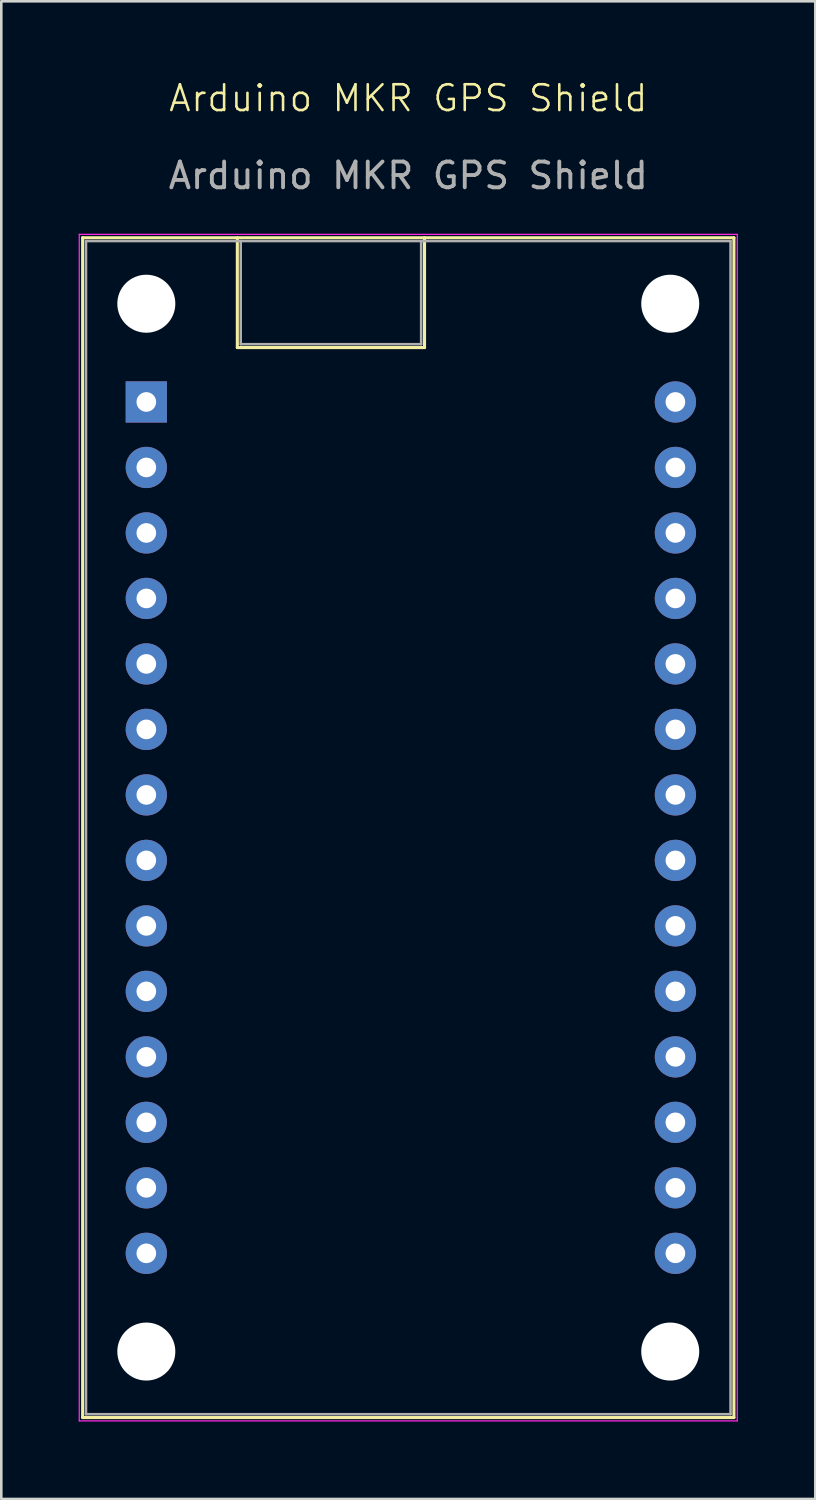
<source format=kicad_pcb>
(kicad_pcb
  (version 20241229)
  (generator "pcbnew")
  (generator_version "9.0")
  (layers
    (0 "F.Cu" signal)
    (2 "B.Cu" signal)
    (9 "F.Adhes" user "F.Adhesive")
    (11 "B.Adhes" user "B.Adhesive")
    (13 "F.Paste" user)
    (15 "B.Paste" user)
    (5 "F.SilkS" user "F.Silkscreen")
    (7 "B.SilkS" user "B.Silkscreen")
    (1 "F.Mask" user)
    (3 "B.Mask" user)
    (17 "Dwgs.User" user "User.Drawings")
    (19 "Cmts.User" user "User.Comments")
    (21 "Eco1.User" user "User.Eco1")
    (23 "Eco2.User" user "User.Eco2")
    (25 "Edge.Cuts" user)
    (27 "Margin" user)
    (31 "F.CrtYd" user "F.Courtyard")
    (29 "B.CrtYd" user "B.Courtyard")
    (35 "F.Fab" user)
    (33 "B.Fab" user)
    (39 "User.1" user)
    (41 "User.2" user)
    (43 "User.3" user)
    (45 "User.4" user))
  (footprint "Arduino MKR GPS Shield"
    (layer "F.Cu")
    (at 2.625 12.54)
    (property "Reference" "Arduino MKR GPS Shield" (at 10.16 -11.78 0) (unlocked yes) (layer "F.SilkS") (effects (font (size 1 1) (thickness 0.1))))
    (attr through_hole)
    (fp_line (start -2.47 -6.37) (end -2.47 39.39) (stroke (width 0.12) (type default)) (layer "F.SilkS"))
    (fp_line (start -2.47 -6.37) (end 22.79 -6.37) (stroke (width 0.12) (type default)) (layer "F.SilkS"))
    (fp_line (start 3.53 -2.11) (end 3.53 -6.37) (stroke (width 0.12) (type default)) (layer "F.SilkS"))
    (fp_line (start 10.79 -6.37) (end 10.79 -2.11) (stroke (width 0.12) (type default)) (layer "F.SilkS"))
    (fp_line (start 10.79 -2.11) (end 3.53 -2.11) (stroke (width 0.12) (type default)) (layer "F.SilkS"))
    (fp_line (start 22.79 -6.37) (end 22.79 39.39) (stroke (width 0.12) (type default)) (layer "F.SilkS"))
    (fp_line (start 22.79 39.39) (end -2.47 39.39) (stroke (width 0.12) (type default)) (layer "F.SilkS"))
    (fp_line (start -2.6 -6.5) (end -2.6 39.52) (stroke (width 0.05) (type default)) (layer "F.CrtYd"))
    (fp_line (start -2.6 39.52) (end 22.92 39.52) (stroke (width 0.05) (type default)) (layer "F.CrtYd"))
    (fp_line (start 22.92 -6.5) (end -2.6 -6.5) (stroke (width 0.05) (type default)) (layer "F.CrtYd"))
    (fp_line (start 22.92 39.52) (end 22.92 -6.5) (stroke (width 0.05) (type default)) (layer "F.CrtYd"))
    (fp_line (start -2.34 -6.24) (end -2.34 39.26) (stroke (width 0.1) (type default)) (layer "F.Fab"))
    (fp_line (start -2.34 -6.24) (end 22.66 -6.24) (stroke (width 0.1) (type default)) (layer "F.Fab"))
    (fp_line (start -2.34 39.26) (end 22.66 39.26) (stroke (width 0.1) (type default)) (layer "F.Fab"))
    (fp_line (start 3.66 -2.24) (end 3.66 -6.24) (stroke (width 0.1) (type default)) (layer "F.Fab"))
    (fp_line (start 10.66 -6.24) (end 10.66 -2.24) (stroke (width 0.1) (type default)) (layer "F.Fab"))
    (fp_line (start 10.66 -2.24) (end 3.66 -2.24) (stroke (width 0.1) (type default)) (layer "F.Fab"))
    (fp_line (start 22.66 -6.24) (end 22.66 39.26) (stroke (width 0.1) (type default)) (layer "F.Fab"))
    (fp_text user "${REFERENCE}" (at 10.16 -8.78 0) (unlocked yes) (layer "F.Fab") (effects (font (size 1 1) (thickness 0.15))))
    (pad "" np_thru_hole circle (at 0 -3.81) (size 2.25 2.25) (drill 2.25) (layers "*.Cu" "*.Mask"))
    (pad "" np_thru_hole circle (at 0 36.83) (size 2.25 2.25) (drill 2.25) (layers "*.Cu" "*.Mask"))
    (pad "" np_thru_hole circle (at 20.32 -3.81) (size 2.25 2.25) (drill 2.25) (layers "*.Cu" "*.Mask"))
    (pad "" np_thru_hole circle (at 20.32 36.83) (size 2.25 2.25) (drill 2.25) (layers "*.Cu" "*.Mask"))
    (pad "0" thru_hole rect (at 0 0) (size 1.6 1.6) (drill 0.762) (layers "*.Cu" "*.Mask"))
    (pad "1" thru_hole circle (at 0 2.54) (size 1.6 1.6) (drill 0.762) (layers "*.Cu" "*.Mask"))
    (pad "2" thru_hole circle (at 0 5.08) (size 1.6 1.6) (drill 0.762) (layers "*.Cu" "*.Mask"))
    (pad "3" thru_hole circle (at 0 7.62) (size 1.6 1.6) (drill 0.762) (layers "*.Cu" "*.Mask"))
    (pad "4" thru_hole circle (at 0 10.16) (size 1.6 1.6) (drill 0.762) (layers "*.Cu" "*.Mask"))
    (pad "5" thru_hole circle (at 0 12.7) (size 1.6 1.6) (drill 0.762) (layers "*.Cu" "*.Mask"))
    (pad "6" thru_hole circle (at 0 15.24) (size 1.6 1.6) (drill 0.762) (layers "*.Cu" "*.Mask"))
    (pad "7" thru_hole circle (at 0 17.78) (size 1.6 1.6) (drill 0.762) (layers "*.Cu" "*.Mask"))
    (pad "8" thru_hole circle (at 0 20.32) (size 1.6 1.6) (drill 0.762) (layers "*.Cu" "*.Mask"))
    (pad "9" thru_hole circle (at 0 22.86) (size 1.6 1.6) (drill 0.762) (layers "*.Cu" "*.Mask"))
    (pad "10" thru_hole circle (at 0 25.4) (size 1.6 1.6) (drill 0.762) (layers "*.Cu" "*.Mask"))
    (pad "11" thru_hole circle (at 0 27.94) (size 1.6 1.6) (drill 0.762) (layers "*.Cu" "*.Mask"))
    (pad "12" thru_hole circle (at 0 30.48) (size 1.6 1.6) (drill 0.762) (layers "*.Cu" "*.Mask"))
    (pad "13" thru_hole circle (at 0 33.02) (size 1.6 1.6) (drill 0.762) (layers "*.Cu" "*.Mask"))
    (pad "14" thru_hole circle (at 20.52 33.02) (size 1.6 1.6) (drill 0.762) (layers "*.Cu" "*.Mask"))
    (pad "15" thru_hole circle (at 20.52 30.48) (size 1.6 1.6) (drill 0.762) (layers "*.Cu" "*.Mask"))
    (pad "16" thru_hole circle (at 20.52 27.94) (size 1.6 1.6) (drill 0.762) (layers "*.Cu" "*.Mask"))
    (pad "17" thru_hole circle (at 20.52 25.4) (size 1.6 1.6) (drill 0.762) (layers "*.Cu" "*.Mask"))
    (pad "18" thru_hole circle (at 20.52 22.86) (size 1.6 1.6) (drill 0.762) (layers "*.Cu" "*.Mask"))
    (pad "19" thru_hole circle (at 20.52 20.32) (size 1.6 1.6) (drill 0.762) (layers "*.Cu" "*.Mask"))
    (pad "20" thru_hole circle (at 20.52 17.78) (size 1.6 1.6) (drill 0.762) (layers "*.Cu" "*.Mask"))
    (pad "21" thru_hole circle (at 20.52 15.24) (size 1.6 1.6) (drill 0.762) (layers "*.Cu" "*.Mask"))
    (pad "22" thru_hole circle (at 20.52 12.7) (size 1.6 1.6) (drill 0.762) (layers "*.Cu" "*.Mask"))
    (pad "23" thru_hole circle (at 20.52 10.16) (size 1.6 1.6) (drill 0.762) (layers "*.Cu" "*.Mask"))
    (pad "24" thru_hole circle (at 20.52 7.62) (size 1.6 1.6) (drill 0.762) (layers "*.Cu" "*.Mask"))
    (pad "25" thru_hole circle (at 20.52 5.08) (size 1.6 1.6) (drill 0.762) (layers "*.Cu" "*.Mask"))
    (pad "26" thru_hole circle (at 20.52 2.54) (size 1.6 1.6) (drill 0.762) (layers "*.Cu" "*.Mask"))
    (pad "27" thru_hole circle (at 20.52 0) (size 1.6 1.6) (drill 0.762) (layers "*.Cu" "*.Mask")))
  (gr_rect
    (start -3 -3)
    (end 28.57 55.086)
    (stroke (width 0.1) (type default))
    (fill no)
    (layer "Edge.Cuts")))
</source>
